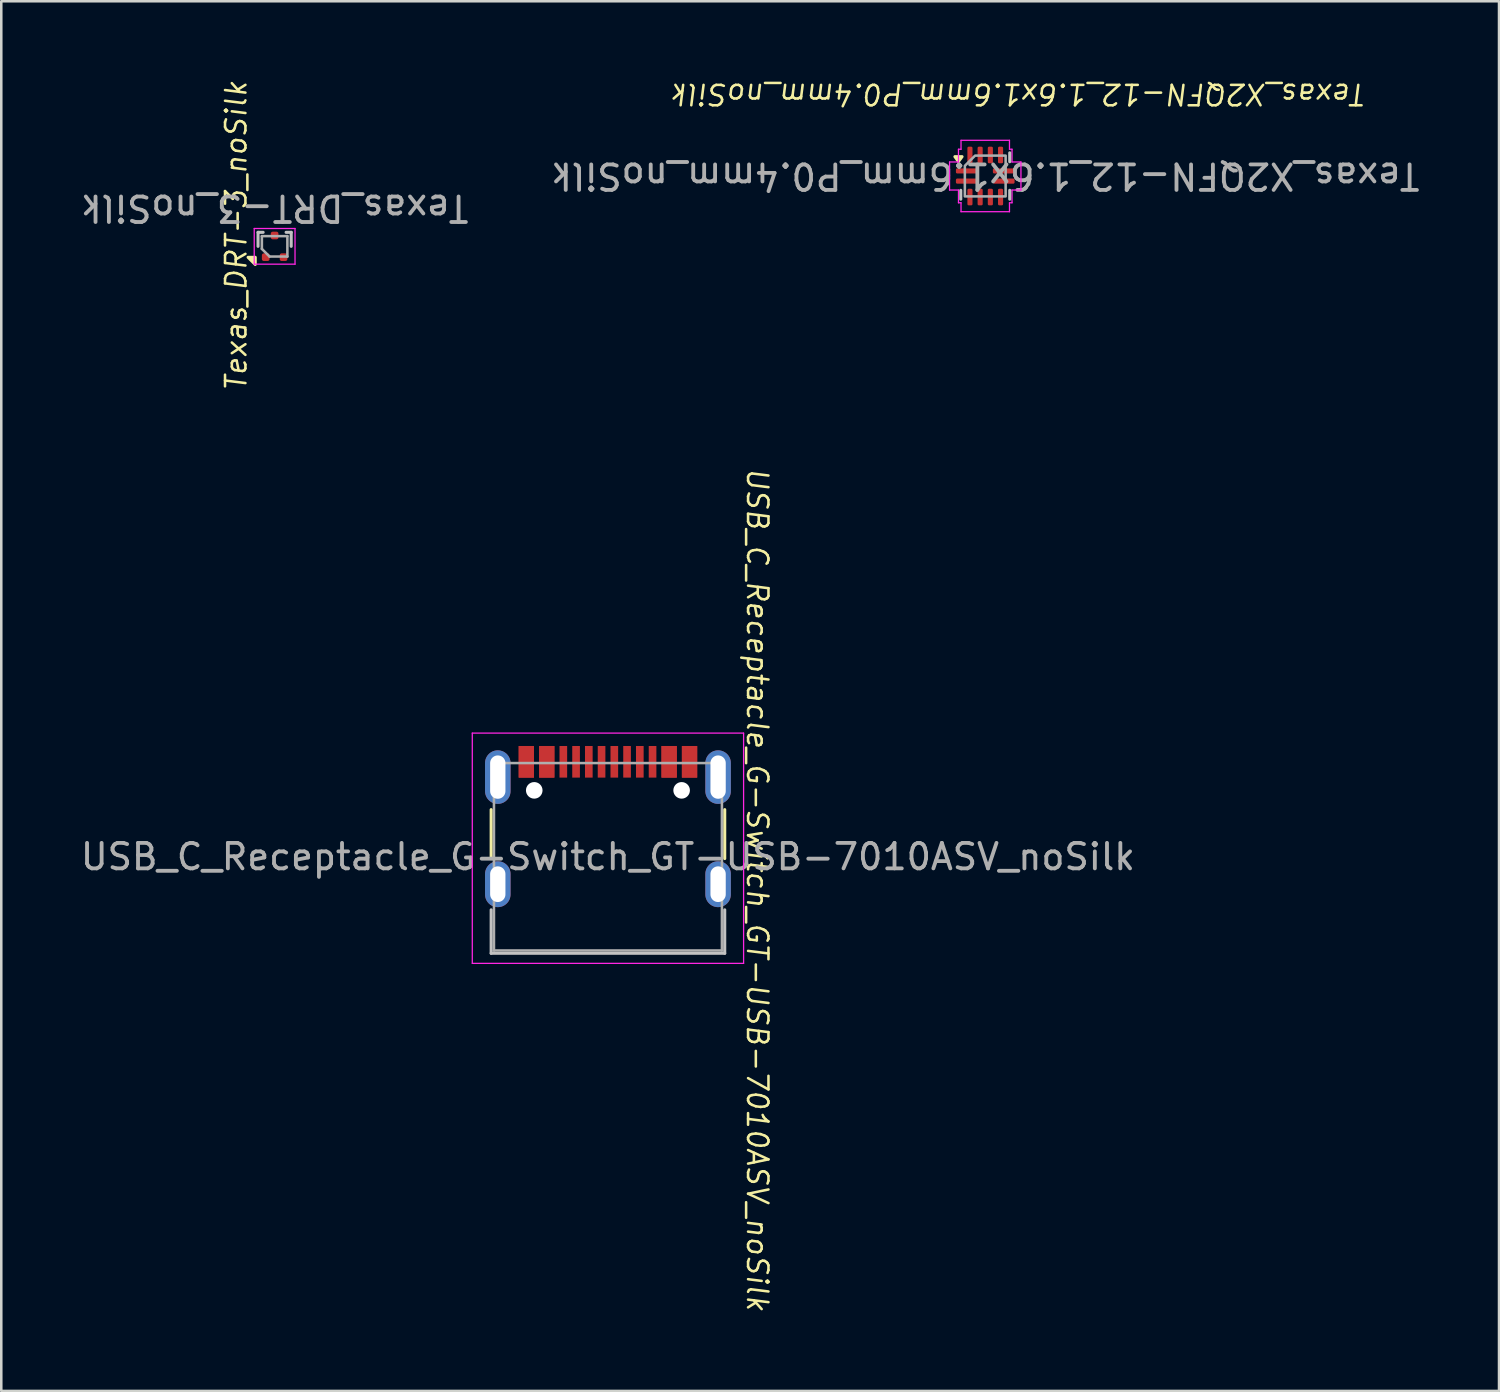
<source format=kicad_pcb>
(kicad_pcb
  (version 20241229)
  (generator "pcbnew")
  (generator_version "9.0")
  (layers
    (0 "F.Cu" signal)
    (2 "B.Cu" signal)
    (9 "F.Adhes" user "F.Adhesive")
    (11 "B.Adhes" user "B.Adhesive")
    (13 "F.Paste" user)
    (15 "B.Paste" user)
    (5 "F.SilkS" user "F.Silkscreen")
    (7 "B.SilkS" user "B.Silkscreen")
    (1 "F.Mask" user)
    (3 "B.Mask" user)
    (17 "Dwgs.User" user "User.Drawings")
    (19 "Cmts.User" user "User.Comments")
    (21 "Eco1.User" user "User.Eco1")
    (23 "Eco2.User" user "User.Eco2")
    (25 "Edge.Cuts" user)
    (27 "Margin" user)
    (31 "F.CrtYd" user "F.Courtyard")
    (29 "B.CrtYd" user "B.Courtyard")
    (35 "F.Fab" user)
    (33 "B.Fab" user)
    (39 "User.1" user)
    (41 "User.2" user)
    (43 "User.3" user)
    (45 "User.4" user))
  (footprint "Texas_X2QFN-12_1.6x1.6mm_P0.4mm_noSilk"
    (layer "F.Cu")
    (at 35.589 3.853)
    (property "Reference" "Texas_X2QFN-12_1.6x1.6mm_P0.4mm_noSilk" (at 1.31 -3.21 180) (unlocked yes) (layer "F.SilkS") (effects (font (size 0.8 0.8) (thickness 0.1) (italic yes))))
    (attr smd)
    (fp_poly (pts (xy -1.05 -0.57) (xy -1.19 -0.76) (xy -0.91 -0.76)) (stroke (width 0.12) (type solid)) (fill yes) (layer "F.SilkS"))
    (fp_line (start -0.96 0.91) (end -0.96 0.56) (stroke (width 0.12) (type solid)) (layer "Dwgs.User"))
    (fp_line (start 0.96 -0.91) (end 0.96 -0.56) (stroke (width 0.12) (type solid)) (layer "Dwgs.User"))
    (fp_line (start 0.96 0.56) (end 0.96 0.91) (stroke (width 0.12) (type solid)) (layer "Dwgs.User"))
    (fp_line (start -1.4 -0.55) (end -1.05 -0.55) (stroke (width 0.05) (type solid)) (layer "F.CrtYd"))
    (fp_line (start -1.4 0.55) (end -1.4 -0.55) (stroke (width 0.05) (type solid)) (layer "F.CrtYd"))
    (fp_line (start -1.05 -1.05) (end -0.95 -1.05) (stroke (width 0.05) (type solid)) (layer "F.CrtYd"))
    (fp_line (start -1.05 -0.55) (end -1.05 -1.05) (stroke (width 0.05) (type solid)) (layer "F.CrtYd"))
    (fp_line (start -1.05 0.55) (end -1.4 0.55) (stroke (width 0.05) (type solid)) (layer "F.CrtYd"))
    (fp_line (start -1.05 1.05) (end -1.05 0.55) (stroke (width 0.05) (type solid)) (layer "F.CrtYd"))
    (fp_line (start -0.95 -1.4) (end 0.95 -1.4) (stroke (width 0.05) (type solid)) (layer "F.CrtYd"))
    (fp_line (start -0.95 -1.05) (end -0.95 -1.4) (stroke (width 0.05) (type solid)) (layer "F.CrtYd"))
    (fp_line (start -0.95 1.05) (end -1.05 1.05) (stroke (width 0.05) (type solid)) (layer "F.CrtYd"))
    (fp_line (start -0.95 1.4) (end -0.95 1.05) (stroke (width 0.05) (type solid)) (layer "F.CrtYd"))
    (fp_line (start 0.95 -1.4) (end 0.95 -1.05) (stroke (width 0.05) (type solid)) (layer "F.CrtYd"))
    (fp_line (start 0.95 -1.05) (end 1.05 -1.05) (stroke (width 0.05) (type solid)) (layer "F.CrtYd"))
    (fp_line (start 0.95 1.05) (end 0.95 1.4) (stroke (width 0.05) (type solid)) (layer "F.CrtYd"))
    (fp_line (start 0.95 1.4) (end -0.95 1.4) (stroke (width 0.05) (type solid)) (layer "F.CrtYd"))
    (fp_line (start 1.05 -1.05) (end 1.05 -0.55) (stroke (width 0.05) (type solid)) (layer "F.CrtYd"))
    (fp_line (start 1.05 -0.55) (end 1.4 -0.55) (stroke (width 0.05) (type solid)) (layer "F.CrtYd"))
    (fp_line (start 1.05 0.55) (end 1.05 1.05) (stroke (width 0.05) (type solid)) (layer "F.CrtYd"))
    (fp_line (start 1.05 1.05) (end 0.95 1.05) (stroke (width 0.05) (type solid)) (layer "F.CrtYd"))
    (fp_line (start 1.4 -0.55) (end 1.4 0.55) (stroke (width 0.05) (type solid)) (layer "F.CrtYd"))
    (fp_line (start 1.4 0.55) (end 1.05 0.55) (stroke (width 0.05) (type solid)) (layer "F.CrtYd"))
    (fp_poly (pts (xy -0.8 -0.4) (xy -0.8 0.8) (xy 0.8 0.8) (xy 0.8 -0.8) (xy -0.4 -0.8)) (stroke (width 0.1) (type solid)) (fill no) (layer "F.Fab"))
    (fp_text user "${REFERENCE}" (at 0 0 180) (unlocked yes) (layer "F.Fab") (effects (font (size 1 1) (thickness 0.15))))
    (pad "1" smd roundrect (at -0.725 -0.2) (size 0.85 0.2) (layers "F.Cu" "F.Mask" "F.Paste") (roundrect_rratio 0.25))
    (pad "2" smd roundrect (at -0.725 0.2) (size 0.85 0.2) (layers "F.Cu" "F.Mask" "F.Paste") (roundrect_rratio 0.25))
    (pad "3" smd roundrect (at -0.6 0.825) (size 0.2 0.65) (layers "F.Cu" "F.Mask" "F.Paste") (roundrect_rratio 0.25))
    (pad "4" smd roundrect (at -0.2 0.825) (size 0.2 0.65) (layers "F.Cu" "F.Mask" "F.Paste") (roundrect_rratio 0.25))
    (pad "5" smd roundrect (at 0.2 0.825) (size 0.2 0.65) (layers "F.Cu" "F.Mask" "F.Paste") (roundrect_rratio 0.25))
    (pad "6" smd roundrect (at 0.6 0.825) (size 0.2 0.65) (layers "F.Cu" "F.Mask" "F.Paste") (roundrect_rratio 0.25))
    (pad "7" smd roundrect (at 0.725 0.2) (size 0.85 0.2) (layers "F.Cu" "F.Mask" "F.Paste") (roundrect_rratio 0.25))
    (pad "8" smd roundrect (at 0.725 -0.2) (size 0.85 0.2) (layers "F.Cu" "F.Mask" "F.Paste") (roundrect_rratio 0.25))
    (pad "9" smd roundrect (at 0.6 -0.825) (size 0.2 0.65) (layers "F.Cu" "F.Mask" "F.Paste") (roundrect_rratio 0.25))
    (pad "10" smd roundrect (at 0.2 -0.825) (size 0.2 0.65) (layers "F.Cu" "F.Mask" "F.Paste") (roundrect_rratio 0.25))
    (pad "11" smd roundrect (at -0.2 -0.825) (size 0.2 0.65) (layers "F.Cu" "F.Mask" "F.Paste") (roundrect_rratio 0.25))
    (pad "12" smd roundrect (at -0.6 -0.825) (size 0.2 0.65) (layers "F.Cu" "F.Mask" "F.Paste") (roundrect_rratio 0.25)))
  (footprint "Texas_DRT-3_noSilk"
    (layer "F.Cu")
    (at 7.72 6.611)
    (property "Reference" "Texas_DRT-3_noSilk" (at -1.51 -0.415 90) (unlocked yes) (layer "F.SilkS") (effects (font (size 0.8 0.8) (thickness 0.1) (italic yes))))
    (attr smd)
    (fp_poly (pts (xy -0.76 0.43) (xy -0.76 0.71) (xy -1.04 0.43) (xy -0.76 0.43)) (stroke (width 0.12) (type solid)) (fill yes) (layer "F.SilkS"))
    (fp_line (start -0.65 -0.55) (end -0.45 -0.55) (stroke (width 0.12) (type solid)) (layer "Dwgs.User"))
    (fp_line (start -0.65 0) (end -0.65 -0.55) (stroke (width 0.12) (type solid)) (layer "Dwgs.User"))
    (fp_line (start 0.65 -0.55) (end 0.45 -0.55) (stroke (width 0.12) (type solid)) (layer "Dwgs.User"))
    (fp_line (start 0.65 0) (end 0.65 -0.55) (stroke (width 0.12) (type solid)) (layer "Dwgs.User"))
    (fp_line (start -0.8 -0.7) (end 0.8 -0.7) (stroke (width 0.05) (type solid)) (layer "F.CrtYd"))
    (fp_line (start -0.8 0.7) (end -0.8 -0.7) (stroke (width 0.05) (type solid)) (layer "F.CrtYd"))
    (fp_line (start 0.8 -0.7) (end 0.8 0.7) (stroke (width 0.05) (type solid)) (layer "F.CrtYd"))
    (fp_line (start 0.8 0.7) (end -0.8 0.7) (stroke (width 0.05) (type solid)) (layer "F.CrtYd"))
    (fp_line (start -0.5 -0.4) (end 0.5 -0.4) (stroke (width 0.1) (type solid)) (layer "F.Fab"))
    (fp_line (start -0.5 0.1) (end -0.5 -0.4) (stroke (width 0.1) (type solid)) (layer "F.Fab"))
    (fp_line (start -0.5 0.1) (end -0.2 0.4) (stroke (width 0.1) (type solid)) (layer "F.Fab"))
    (fp_line (start 0.5 -0.4) (end 0.5 0.4) (stroke (width 0.1) (type solid)) (layer "F.Fab"))
    (fp_line (start 0.5 0.4) (end -0.2 0.4) (stroke (width 0.1) (type solid)) (layer "F.Fab"))
    (fp_text user "${REFERENCE}" (at 0 -1.5 180) (unlocked yes) (layer "F.Fab") (effects (font (size 1 1) (thickness 0.15))))
    (pad "1" smd roundrect (at -0.35 0.425) (size 0.3 0.3) (layers "F.Cu" "F.Mask" "F.Paste") (roundrect_rratio 0.25))
    (pad "2" smd roundrect (at 0.35 0.425) (size 0.3 0.3) (layers "F.Cu" "F.Mask" "F.Paste") (roundrect_rratio 0.25))
    (pad "3" smd roundrect (at 0 -0.425) (size 0.3 0.3) (layers "F.Cu" "F.Mask" "F.Paste") (roundrect_rratio 0.25)))
  (footprint "USB_C_Receptacle_G-Switch_GT-USB-7010ASV_noSilk"
    (layer "F.Cu")
    (at 20.792 30.551)
    (property "Reference" "USB_C_Receptacle_G-Switch_GT-USB-7010ASV_noSilk" (at 5.86 1.295 270) (unlocked yes) (layer "F.SilkS") (effects (font (size 0.8 0.8) (thickness 0.1) (italic yes))))
    (attr smd)
    (fp_line (start -4.58 -1.85) (end -4.58 0.07) (stroke (width 0.12) (type solid)) (layer "F.SilkS"))
    (fp_line (start 4.58 0.07) (end 4.58 -1.85) (stroke (width 0.12) (type solid)) (layer "F.SilkS"))
    (fp_line (start -4.58 3.785) (end -4.58 2.08) (stroke (width 0.12) (type solid)) (layer "Dwgs.User"))
    (fp_line (start 4.58 2.08) (end 4.58 3.785) (stroke (width 0.12) (type solid)) (layer "Dwgs.User"))
    (fp_line (start 4.58 3.785) (end -4.58 3.785) (stroke (width 0.12) (type solid)) (layer "Dwgs.User"))
    (fp_line (start -5.32 -4.85) (end 5.32 -4.85) (stroke (width 0.05) (type solid)) (layer "F.CrtYd"))
    (fp_line (start -5.32 4.18) (end -5.32 -4.85) (stroke (width 0.05) (type solid)) (layer "F.CrtYd"))
    (fp_line (start 5.32 -4.85) (end 5.32 4.18) (stroke (width 0.05) (type solid)) (layer "F.CrtYd"))
    (fp_line (start 5.32 4.18) (end -5.32 4.18) (stroke (width 0.05) (type solid)) (layer "F.CrtYd"))
    (fp_line (start -4.47 -3.675) (end -4.47 3.675) (stroke (width 0.1) (type solid)) (layer "F.Fab"))
    (fp_line (start -4.47 -3.675) (end 4.47 -3.675) (stroke (width 0.1) (type solid)) (layer "F.Fab"))
    (fp_line (start -4.47 3.675) (end 4.47 3.675) (stroke (width 0.1) (type solid)) (layer "F.Fab"))
    (fp_line (start 4.47 3.675) (end 4.47 -3.675) (stroke (width 0.1) (type solid)) (layer "F.Fab"))
    (fp_text user "${REFERENCE}" (at 0 0 0) (unlocked yes) (layer "F.Fab") (effects (font (size 1 1) (thickness 0.15))))
    (pad "" np_thru_hole circle (at -2.89 -2.605) (size 0.65 0.65) (drill 0.65) (layers "*.Cu" "*.Mask"))
    (pad "" np_thru_hole circle (at 2.89 -2.605) (size 0.65 0.65) (drill 0.65) (layers "*.Cu" "*.Mask"))
    (pad "A1" smd rect (at -3.2 -3.725) (size 0.6 1.24) (layers "F.Cu" "F.Mask" "F.Paste"))
    (pad "A4" smd rect (at -2.4 -3.725) (size 0.6 1.24) (layers "F.Cu" "F.Mask" "F.Paste"))
    (pad "A5" smd rect (at -1.25 -3.725) (size 0.3 1.24) (layers "F.Cu" "F.Mask" "F.Paste"))
    (pad "A6" smd rect (at -0.25 -3.725) (size 0.3 1.24) (layers "F.Cu" "F.Mask" "F.Paste"))
    (pad "A7" smd rect (at 0.25 -3.725) (size 0.3 1.24) (layers "F.Cu" "F.Mask" "F.Paste"))
    (pad "A8" smd rect (at 1.25 -3.725) (size 0.3 1.24) (layers "F.Cu" "F.Mask" "F.Paste"))
    (pad "A9" smd rect (at 2.4 -3.725) (size 0.6 1.24) (layers "F.Cu" "F.Mask" "F.Paste"))
    (pad "A12" smd rect (at 3.2 -3.725) (size 0.6 1.24) (layers "F.Cu" "F.Mask" "F.Paste"))
    (pad "B1" smd rect (at 3.2 -3.725) (size 0.6 1.24) (layers "F.Cu" "F.Mask" "F.Paste"))
    (pad "B4" smd rect (at 2.4 -3.725) (size 0.6 1.24) (layers "F.Cu" "F.Mask" "F.Paste"))
    (pad "B5" smd rect (at 1.75 -3.725) (size 0.3 1.24) (layers "F.Cu" "F.Mask" "F.Paste"))
    (pad "B6" smd rect (at 0.75 -3.725) (size 0.3 1.24) (layers "F.Cu" "F.Mask" "F.Paste"))
    (pad "B7" smd rect (at -0.75 -3.725) (size 0.3 1.24) (layers "F.Cu" "F.Mask" "F.Paste"))
    (pad "B8" smd rect (at -1.75 -3.725) (size 0.3 1.24) (layers "F.Cu" "F.Mask" "F.Paste"))
    (pad "B9" smd rect (at -2.4 -3.725) (size 0.6 1.24) (layers "F.Cu" "F.Mask" "F.Paste"))
    (pad "B12" smd rect (at -3.2 -3.725) (size 0.6 1.24) (layers "F.Cu" "F.Mask" "F.Paste"))
    (pad "S1" thru_hole oval (at -4.32 -3.125) (size 1 2.1) (drill oval 0.6 1.7) (property pad_prop_heatsink) (layers "*.Cu" "*.Mask"))
    (pad "S1" thru_hole oval (at -4.32 1.075) (size 1 1.8) (drill oval 0.6 1.4) (property pad_prop_heatsink) (layers "*.Cu" "*.Mask"))
    (pad "S1" thru_hole oval (at 4.32 -3.125) (size 1 2.1) (drill oval 0.6 1.7) (property pad_prop_heatsink) (layers "*.Cu" "*.Mask"))
    (pad "S1" thru_hole oval (at 4.32 1.075) (size 1 1.8) (drill oval 0.6 1.4) (property pad_prop_heatsink) (layers "*.Cu" "*.Mask")))
  (gr_rect
    (start -3 -3)
    (end 55.738 51.499)
    (stroke (width 0.1) (type default))
    (fill no)
    (layer "Edge.Cuts")))
</source>
